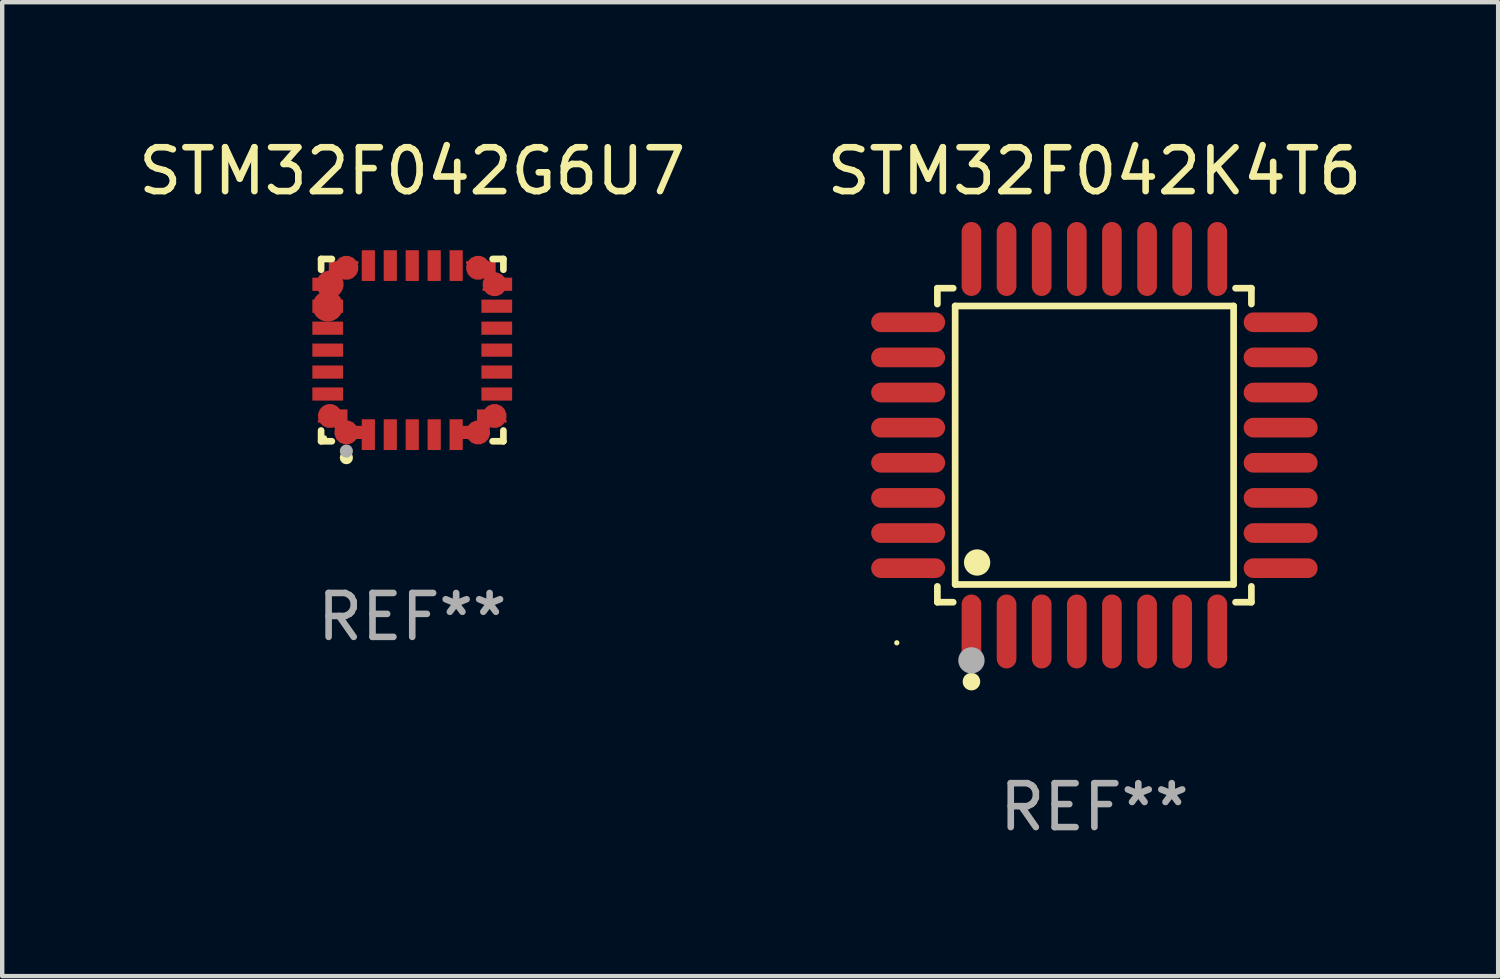
<source format=kicad_pcb>
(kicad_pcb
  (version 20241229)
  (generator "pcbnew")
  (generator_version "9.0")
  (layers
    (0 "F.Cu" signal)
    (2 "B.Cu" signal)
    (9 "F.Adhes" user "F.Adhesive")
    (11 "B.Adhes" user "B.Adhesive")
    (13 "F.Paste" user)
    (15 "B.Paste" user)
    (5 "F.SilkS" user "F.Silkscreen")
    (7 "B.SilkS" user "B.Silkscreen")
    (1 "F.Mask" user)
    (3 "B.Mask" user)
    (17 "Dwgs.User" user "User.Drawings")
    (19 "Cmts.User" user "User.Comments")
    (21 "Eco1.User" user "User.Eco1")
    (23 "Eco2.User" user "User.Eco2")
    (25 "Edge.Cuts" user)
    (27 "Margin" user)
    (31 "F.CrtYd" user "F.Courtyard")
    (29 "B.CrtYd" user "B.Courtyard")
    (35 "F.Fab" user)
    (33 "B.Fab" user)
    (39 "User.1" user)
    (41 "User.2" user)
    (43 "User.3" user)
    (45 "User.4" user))
  (footprint "STM32F042K4T6"
    (layer "F.Cu")
    (at 21.875 7.09)
    (property "Reference" "STM32F042K4T6" (at 0 -6.242 0) (layer "F.SilkS") (effects (font (size 1 1) (thickness 0.15))))
    (attr through_hole)
    (fp_line (start -3.576 -3.576) (end -3.215 -3.576) (stroke (width 0.152) (type solid)) (layer "F.SilkS"))
    (fp_line (start -3.576 -3.215) (end -3.576 -3.576) (stroke (width 0.152) (type solid)) (layer "F.SilkS"))
    (fp_line (start -3.576 3.215) (end -3.576 3.576) (stroke (width 0.152) (type solid)) (layer "F.SilkS"))
    (fp_line (start -3.576 3.576) (end -3.215 3.576) (stroke (width 0.152) (type solid)) (layer "F.SilkS"))
    (fp_line (start -3.171 -3.171) (end 3.171 -3.171) (stroke (width 0.152) (type solid)) (layer "F.SilkS"))
    (fp_line (start -3.171 3.171) (end -3.171 -3.171) (stroke (width 0.152) (type solid)) (layer "F.SilkS"))
    (fp_line (start 3.171 -3.171) (end 3.171 3.171) (stroke (width 0.152) (type solid)) (layer "F.SilkS"))
    (fp_line (start 3.171 3.171) (end -3.171 3.171) (stroke (width 0.152) (type solid)) (layer "F.SilkS"))
    (fp_line (start 3.576 -3.576) (end 3.215 -3.576) (stroke (width 0.152) (type solid)) (layer "F.SilkS"))
    (fp_line (start 3.576 -3.215) (end 3.576 -3.576) (stroke (width 0.152) (type solid)) (layer "F.SilkS"))
    (fp_line (start 3.576 3.215) (end 3.576 3.576) (stroke (width 0.152) (type solid)) (layer "F.SilkS"))
    (fp_line (start 3.576 3.576) (end 3.215 3.576) (stroke (width 0.152) (type solid)) (layer "F.SilkS"))
    (fp_circle (center -4.5 4.5) (end -4.47 4.5) (stroke (width 0.06) (type solid)) (fill no) (layer "F.SilkS"))
    (fp_circle (center -2.8 5.384) (end -2.7 5.384) (stroke (width 0.2) (type solid)) (fill no) (layer "F.SilkS"))
    (fp_circle (center -2.671 2.671) (end -2.521 2.671) (stroke (width 0.3) (type solid)) (fill no) (layer "F.SilkS"))
    (fp_circle (center -2.8 4.9) (end -2.65 4.9) (stroke (width 0.3) (type solid)) (fill no) (layer "F.Fab"))
    (fp_text user "REF**" (at 0 8.242 0) (layer "F.Fab") (effects (font (size 1 1) (thickness 0.15))))
    (pad "1" smd oval (at -2.8 4.242) (size 0.448 1.684) (layers "F.Cu" "F.Mask" "F.Paste"))
    (pad "2" smd oval (at -2 4.242) (size 0.448 1.684) (layers "F.Cu" "F.Mask" "F.Paste"))
    (pad "3" smd oval (at -1.2 4.242) (size 0.448 1.684) (layers "F.Cu" "F.Mask" "F.Paste"))
    (pad "4" smd oval (at -0.4 4.242) (size 0.448 1.684) (layers "F.Cu" "F.Mask" "F.Paste"))
    (pad "5" smd oval (at 0.4 4.242) (size 0.448 1.684) (layers "F.Cu" "F.Mask" "F.Paste"))
    (pad "6" smd oval (at 1.2 4.242) (size 0.448 1.684) (layers "F.Cu" "F.Mask" "F.Paste"))
    (pad "7" smd oval (at 2 4.242) (size 0.448 1.684) (layers "F.Cu" "F.Mask" "F.Paste"))
    (pad "8" smd oval (at 2.8 4.242) (size 0.448 1.684) (layers "F.Cu" "F.Mask" "F.Paste"))
    (pad "9" smd oval (at 4.242 2.8) (size 1.684 0.448) (layers "F.Cu" "F.Mask" "F.Paste"))
    (pad "10" smd oval (at 4.242 2) (size 1.684 0.448) (layers "F.Cu" "F.Mask" "F.Paste"))
    (pad "11" smd oval (at 4.242 1.2) (size 1.684 0.448) (layers "F.Cu" "F.Mask" "F.Paste"))
    (pad "12" smd oval (at 4.242 0.4) (size 1.684 0.448) (layers "F.Cu" "F.Mask" "F.Paste"))
    (pad "13" smd oval (at 4.242 -0.4) (size 1.684 0.448) (layers "F.Cu" "F.Mask" "F.Paste"))
    (pad "14" smd oval (at 4.242 -1.2) (size 1.684 0.448) (layers "F.Cu" "F.Mask" "F.Paste"))
    (pad "15" smd oval (at 4.242 -2) (size 1.684 0.448) (layers "F.Cu" "F.Mask" "F.Paste"))
    (pad "16" smd oval (at 4.242 -2.8) (size 1.684 0.448) (layers "F.Cu" "F.Mask" "F.Paste"))
    (pad "17" smd oval (at 2.8 -4.242) (size 0.448 1.684) (layers "F.Cu" "F.Mask" "F.Paste"))
    (pad "18" smd oval (at 2 -4.242) (size 0.448 1.684) (layers "F.Cu" "F.Mask" "F.Paste"))
    (pad "19" smd oval (at 1.2 -4.242) (size 0.448 1.684) (layers "F.Cu" "F.Mask" "F.Paste"))
    (pad "20" smd oval (at 0.4 -4.242) (size 0.448 1.684) (layers "F.Cu" "F.Mask" "F.Paste"))
    (pad "21" smd oval (at -0.4 -4.242) (size 0.448 1.684) (layers "F.Cu" "F.Mask" "F.Paste"))
    (pad "22" smd oval (at -1.2 -4.242) (size 0.448 1.684) (layers "F.Cu" "F.Mask" "F.Paste"))
    (pad "23" smd oval (at -2 -4.242) (size 0.448 1.684) (layers "F.Cu" "F.Mask" "F.Paste"))
    (pad "24" smd oval (at -2.8 -4.242) (size 0.448 1.684) (layers "F.Cu" "F.Mask" "F.Paste"))
    (pad "25" smd oval (at -4.242 -2.8) (size 1.684 0.448) (layers "F.Cu" "F.Mask" "F.Paste"))
    (pad "26" smd oval (at -4.242 -2) (size 1.684 0.448) (layers "F.Cu" "F.Mask" "F.Paste"))
    (pad "27" smd oval (at -4.242 -1.2) (size 1.684 0.448) (layers "F.Cu" "F.Mask" "F.Paste"))
    (pad "28" smd oval (at -4.242 -0.4) (size 1.684 0.448) (layers "F.Cu" "F.Mask" "F.Paste"))
    (pad "29" smd oval (at -4.242 0.4) (size 1.684 0.448) (layers "F.Cu" "F.Mask" "F.Paste"))
    (pad "30" smd oval (at -4.242 1.2) (size 1.684 0.448) (layers "F.Cu" "F.Mask" "F.Paste"))
    (pad "31" smd oval (at -4.242 2) (size 1.684 0.448) (layers "F.Cu" "F.Mask" "F.Paste"))
    (pad "32" smd oval (at -4.242 2.8) (size 1.684 0.448) (layers "F.Cu" "F.Mask" "F.Paste")))
  (footprint "STM32F042G6U7"
    (layer "F.Cu")
    (at 6.339 4.924)
    (property "Reference" "STM32F042G6U7" (at 0 -4.076 0) (layer "F.SilkS") (effects (font (size 1 1) (thickness 0.15))))
    (attr through_hole)
    (fp_line (start -2.076 -2.076) (end -1.831 -2.076) (stroke (width 0.152) (type solid)) (layer "F.SilkS"))
    (fp_line (start -2.076 -1.831) (end -2.076 -2.076) (stroke (width 0.152) (type solid)) (layer "F.SilkS"))
    (fp_line (start -2.076 1.831) (end -2.076 2.076) (stroke (width 0.152) (type solid)) (layer "F.SilkS"))
    (fp_line (start -2.076 2.076) (end -1.831 2.076) (stroke (width 0.152) (type solid)) (layer "F.SilkS"))
    (fp_line (start 2.076 -2.076) (end 1.831 -2.076) (stroke (width 0.152) (type solid)) (layer "F.SilkS"))
    (fp_line (start 2.076 -1.831) (end 2.076 -2.076) (stroke (width 0.152) (type solid)) (layer "F.SilkS"))
    (fp_line (start 2.076 1.831) (end 2.076 2.076) (stroke (width 0.152) (type solid)) (layer "F.SilkS"))
    (fp_line (start 2.076 2.076) (end 1.831 2.076) (stroke (width 0.152) (type solid)) (layer "F.SilkS"))
    (fp_circle (center -2 2) (end -1.97 2) (stroke (width 0.06) (type solid)) (fill no) (layer "F.SilkS"))
    (fp_circle (center -1.5 2.45) (end -1.425 2.45) (stroke (width 0.15) (type solid)) (fill no) (layer "F.SilkS"))
    (fp_circle (center -1.5 2.3) (end -1.425 2.3) (stroke (width 0.15) (type solid)) (fill no) (layer "F.Fab"))
    (fp_text user "REF**" (at 0 6.076 0) (layer "F.Fab") (effects (font (size 1 1) (thickness 0.15))))
    (pad "1" smd custom (at -1.5 1.875 90) (size 0.55 0.3) (layers "F.Cu" "F.Mask" "F.Paste") (options (anchor circle)) (primitives (gr_poly (pts (xy -0.15 -0.025) (xy -0.15 0.4) (xy 0.15 0.4) (xy 0.15 -0.275) (xy 0.1 -0.275)) (width 0) (fill yes))))
    (pad "2" smd rect (at -1 1.925) (size 0.3 0.7) (layers "F.Cu" "F.Mask" "F.Paste"))
    (pad "3" smd rect (at -0.5 1.925) (size 0.3 0.7) (layers "F.Cu" "F.Mask" "F.Paste"))
    (pad "4" smd rect (at 0 1.925) (size 0.3 0.7) (layers "F.Cu" "F.Mask" "F.Paste"))
    (pad "5" smd rect (at 0.5 1.925) (size 0.3 0.7) (layers "F.Cu" "F.Mask" "F.Paste"))
    (pad "6" smd rect (at 1 1.925) (size 0.3 0.7) (layers "F.Cu" "F.Mask" "F.Paste"))
    (pad "7" smd custom (at 1.5 1.875 270) (size 0.55 0.3) (layers "F.Cu" "F.Mask" "F.Paste") (options (anchor circle)) (primitives (gr_poly (pts (xy 0.15 -0.025) (xy 0.15 0.4) (xy -0.15 0.4) (xy -0.15 -0.275) (xy -0.1 -0.275)) (width 0) (fill yes))))
    (pad "8" smd custom (at 1.875 1.5 180) (size 0.55 0.3) (layers "F.Cu" "F.Mask" "F.Paste") (options (anchor circle)) (primitives (gr_poly (pts (xy -0.025 0.15) (xy 0.4 0.15) (xy 0.4 -0.15) (xy -0.275 -0.15) (xy -0.275 -0.1)) (width 0) (fill yes))))
    (pad "9" smd rect (at 1.925 1) (size 0.7 0.3) (layers "F.Cu" "F.Mask" "F.Paste"))
    (pad "10" smd rect (at 1.925 0.5) (size 0.7 0.3) (layers "F.Cu" "F.Mask" "F.Paste"))
    (pad "11" smd rect (at 1.925 0) (size 0.7 0.3) (layers "F.Cu" "F.Mask" "F.Paste"))
    (pad "12" smd rect (at 1.925 -0.5) (size 0.7 0.3) (layers "F.Cu" "F.Mask" "F.Paste"))
    (pad "13" smd rect (at 1.925 -1) (size 0.7 0.3) (layers "F.Cu" "F.Mask" "F.Paste"))
    (pad "14" smd custom (at 1.875 -1.5) (size 0.55 0.3) (layers "F.Cu" "F.Mask" "F.Paste") (options (anchor circle)) (primitives (gr_poly (pts (xy -0.025 -0.15) (xy 0.4 -0.15) (xy 0.4 0.15) (xy -0.275 0.15) (xy -0.275 0.1)) (width 0) (fill yes))))
    (pad "15" smd custom (at 1.5 -1.875 270) (size 0.55 0.3) (layers "F.Cu" "F.Mask" "F.Paste") (options (anchor circle)) (primitives (gr_poly (pts (xy 0.15 0.025) (xy 0.15 -0.4) (xy -0.15 -0.4) (xy -0.15 0.275) (xy -0.1 0.275)) (width 0) (fill yes))))
    (pad "16" smd rect (at 1 -1.925) (size 0.3 0.7) (layers "F.Cu" "F.Mask" "F.Paste"))
    (pad "17" smd rect (at 0.5 -1.925) (size 0.3 0.7) (layers "F.Cu" "F.Mask" "F.Paste"))
    (pad "18" smd rect (at 0 -1.925) (size 0.3 0.7) (layers "F.Cu" "F.Mask" "F.Paste"))
    (pad "19" smd rect (at -0.5 -1.925) (size 0.3 0.7) (layers "F.Cu" "F.Mask" "F.Paste"))
    (pad "20" smd rect (at -1 -1.925) (size 0.3 0.7) (layers "F.Cu" "F.Mask" "F.Paste"))
    (pad "21" smd custom (at -1.5 -1.875 90) (size 0.55 0.3) (layers "F.Cu" "F.Mask" "F.Paste") (options (anchor circle)) (primitives (gr_poly (pts (xy -0.15 0.025) (xy -0.15 -0.4) (xy 0.15 -0.4) (xy 0.15 0.275) (xy 0.1 0.275)) (width 0) (fill yes))))
    (pad "22" smd custom (at -1.875 -1.5) (size 0.625 0.3) (layers "F.Cu" "F.Mask" "F.Paste") (options (anchor circle)) (primitives (gr_poly (pts (xy 0.025 -0.15) (xy -0.4 -0.15) (xy -0.4 0.15) (xy 0.275 0.15) (xy 0.275 0.1)) (width 0) (fill yes))))
    (pad "23" smd custom (at -1.925 -1) (size 0.7 0.3) (layers "F.Cu" "F.Mask" "F.Paste") (options (anchor circle)) (primitives (gr_poly (pts (xy -0.35 -0.15) (xy 0.35 -0.15) (xy 0.35 0.15) (xy -0.35 0.15)) (width 0) (fill yes))))
    (pad "24" smd rect (at -1.925 -0.5) (size 0.7 0.3) (layers "F.Cu" "F.Mask" "F.Paste"))
    (pad "25" smd rect (at -1.925 0) (size 0.7 0.3) (layers "F.Cu" "F.Mask" "F.Paste"))
    (pad "26" smd rect (at -1.925 0.5) (size 0.7 0.3) (layers "F.Cu" "F.Mask" "F.Paste"))
    (pad "27" smd rect (at -1.925 1) (size 0.7 0.3) (layers "F.Cu" "F.Mask" "F.Paste"))
    (pad "28" smd custom (at -1.875 1.5 180) (size 0.55 0.3) (layers "F.Cu" "F.Mask" "F.Paste") (options (anchor circle)) (primitives (gr_poly (pts (xy 0.025 0.15) (xy -0.4 0.15) (xy -0.4 -0.15) (xy 0.275 -0.15) (xy 0.275 -0.1)) (width 0) (fill yes)))))
  (gr_rect
    (start -3 -3)
    (end 31.071 19.181)
    (stroke (width 0.1) (type default))
    (fill no)
    (layer "Edge.Cuts")))
</source>
